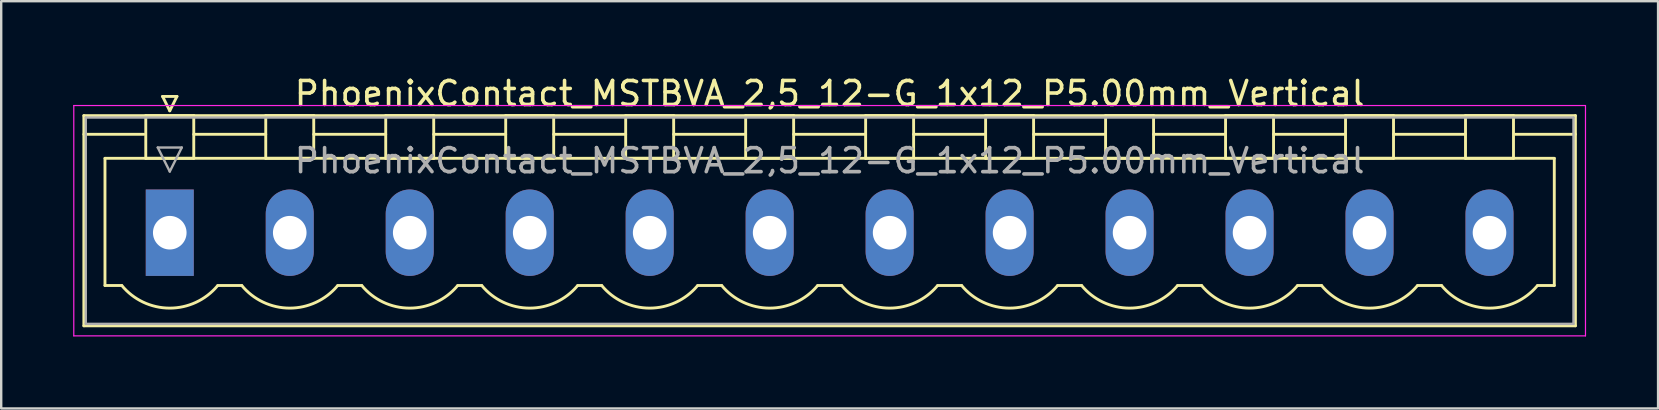
<source format=kicad_pcb>
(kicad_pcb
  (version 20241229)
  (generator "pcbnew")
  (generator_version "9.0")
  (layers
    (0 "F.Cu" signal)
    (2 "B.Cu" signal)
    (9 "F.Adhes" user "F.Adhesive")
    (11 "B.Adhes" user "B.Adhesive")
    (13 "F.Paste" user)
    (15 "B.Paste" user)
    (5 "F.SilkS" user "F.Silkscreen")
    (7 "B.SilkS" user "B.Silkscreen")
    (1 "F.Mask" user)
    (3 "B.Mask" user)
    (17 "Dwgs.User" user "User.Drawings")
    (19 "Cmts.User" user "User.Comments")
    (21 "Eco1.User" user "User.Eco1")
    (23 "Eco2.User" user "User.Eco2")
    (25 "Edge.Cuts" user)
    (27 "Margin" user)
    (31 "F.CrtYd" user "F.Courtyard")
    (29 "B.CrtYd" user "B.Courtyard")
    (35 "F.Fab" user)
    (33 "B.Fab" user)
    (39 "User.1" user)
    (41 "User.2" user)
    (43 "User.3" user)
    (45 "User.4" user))
  (footprint "PhoenixContact_MSTBVA_2,5_12-G_1x12_P5.00mm_Vertical"
    (layer "F.Cu")
    (at 4.025 6.648)
    (property "Reference" "PhoenixContact_MSTBVA_2,5_12-G_1x12_P5.00mm_Vertical" (at 27.5 -5.8 0) (layer "F.SilkS") (effects (font (size 1 1) (thickness 0.15))))
    (attr through_hole)
    (fp_line (start -3.58 -4.88) (end -3.58 3.88) (stroke (width 0.12) (type solid)) (layer "F.SilkS"))
    (fp_line (start -3.58 -4.1) (end -1.08 -4.1) (stroke (width 0.12) (type solid)) (layer "F.SilkS"))
    (fp_line (start -3.58 3.88) (end 58.58 3.88) (stroke (width 0.12) (type solid)) (layer "F.SilkS"))
    (fp_line (start -2.7 -3.1) (end 57.7 -3.1) (stroke (width 0.12) (type solid)) (layer "F.SilkS"))
    (fp_line (start -2.7 2.2) (end -2.7 -3.1) (stroke (width 0.12) (type solid)) (layer "F.SilkS"))
    (fp_line (start -2 2.2) (end -2.7 2.2) (stroke (width 0.12) (type solid)) (layer "F.SilkS"))
    (fp_line (start -1 -4.88) (end 1 -4.88) (stroke (width 0.12) (type solid)) (layer "F.SilkS"))
    (fp_line (start -1 -3.1) (end -1 -4.88) (stroke (width 0.12) (type solid)) (layer "F.SilkS"))
    (fp_line (start -0.3 -5.68) (end 0.3 -5.68) (stroke (width 0.12) (type solid)) (layer "F.SilkS"))
    (fp_line (start 0 -5.08) (end -0.3 -5.68) (stroke (width 0.12) (type solid)) (layer "F.SilkS"))
    (fp_line (start 0.3 -5.68) (end 0 -5.08) (stroke (width 0.12) (type solid)) (layer "F.SilkS"))
    (fp_line (start 1 -4.88) (end 1 -3.1) (stroke (width 0.12) (type solid)) (layer "F.SilkS"))
    (fp_line (start 1 -4.1) (end 4 -4.1) (stroke (width 0.12) (type solid)) (layer "F.SilkS"))
    (fp_line (start 1 -3.1) (end -1 -3.1) (stroke (width 0.12) (type solid)) (layer "F.SilkS"))
    (fp_line (start 2 2.2) (end 3 2.2) (stroke (width 0.12) (type solid)) (layer "F.SilkS"))
    (fp_line (start 4 -4.88) (end 6 -4.88) (stroke (width 0.12) (type solid)) (layer "F.SilkS"))
    (fp_line (start 4 -3.1) (end 4 -4.88) (stroke (width 0.12) (type solid)) (layer "F.SilkS"))
    (fp_line (start 6 -4.88) (end 6 -3.1) (stroke (width 0.12) (type solid)) (layer "F.SilkS"))
    (fp_line (start 6 -4.1) (end 9 -4.1) (stroke (width 0.12) (type solid)) (layer "F.SilkS"))
    (fp_line (start 6 -3.1) (end 4 -3.1) (stroke (width 0.12) (type solid)) (layer "F.SilkS"))
    (fp_line (start 7 2.2) (end 8 2.2) (stroke (width 0.12) (type solid)) (layer "F.SilkS"))
    (fp_line (start 9 -4.88) (end 11 -4.88) (stroke (width 0.12) (type solid)) (layer "F.SilkS"))
    (fp_line (start 9 -3.1) (end 9 -4.88) (stroke (width 0.12) (type solid)) (layer "F.SilkS"))
    (fp_line (start 11 -4.88) (end 11 -3.1) (stroke (width 0.12) (type solid)) (layer "F.SilkS"))
    (fp_line (start 11 -4.1) (end 14 -4.1) (stroke (width 0.12) (type solid)) (layer "F.SilkS"))
    (fp_line (start 11 -3.1) (end 9 -3.1) (stroke (width 0.12) (type solid)) (layer "F.SilkS"))
    (fp_line (start 12 2.2) (end 13 2.2) (stroke (width 0.12) (type solid)) (layer "F.SilkS"))
    (fp_line (start 14 -4.88) (end 16 -4.88) (stroke (width 0.12) (type solid)) (layer "F.SilkS"))
    (fp_line (start 14 -3.1) (end 14 -4.88) (stroke (width 0.12) (type solid)) (layer "F.SilkS"))
    (fp_line (start 16 -4.88) (end 16 -3.1) (stroke (width 0.12) (type solid)) (layer "F.SilkS"))
    (fp_line (start 16 -4.1) (end 19 -4.1) (stroke (width 0.12) (type solid)) (layer "F.SilkS"))
    (fp_line (start 16 -3.1) (end 14 -3.1) (stroke (width 0.12) (type solid)) (layer "F.SilkS"))
    (fp_line (start 17 2.2) (end 18 2.2) (stroke (width 0.12) (type solid)) (layer "F.SilkS"))
    (fp_line (start 19 -4.88) (end 21 -4.88) (stroke (width 0.12) (type solid)) (layer "F.SilkS"))
    (fp_line (start 19 -3.1) (end 19 -4.88) (stroke (width 0.12) (type solid)) (layer "F.SilkS"))
    (fp_line (start 21 -4.88) (end 21 -3.1) (stroke (width 0.12) (type solid)) (layer "F.SilkS"))
    (fp_line (start 21 -4.1) (end 24 -4.1) (stroke (width 0.12) (type solid)) (layer "F.SilkS"))
    (fp_line (start 21 -3.1) (end 19 -3.1) (stroke (width 0.12) (type solid)) (layer "F.SilkS"))
    (fp_line (start 22 2.2) (end 23 2.2) (stroke (width 0.12) (type solid)) (layer "F.SilkS"))
    (fp_line (start 24 -4.88) (end 26 -4.88) (stroke (width 0.12) (type solid)) (layer "F.SilkS"))
    (fp_line (start 24 -3.1) (end 24 -4.88) (stroke (width 0.12) (type solid)) (layer "F.SilkS"))
    (fp_line (start 26 -4.88) (end 26 -3.1) (stroke (width 0.12) (type solid)) (layer "F.SilkS"))
    (fp_line (start 26 -4.1) (end 29 -4.1) (stroke (width 0.12) (type solid)) (layer "F.SilkS"))
    (fp_line (start 26 -3.1) (end 24 -3.1) (stroke (width 0.12) (type solid)) (layer "F.SilkS"))
    (fp_line (start 27 2.2) (end 28 2.2) (stroke (width 0.12) (type solid)) (layer "F.SilkS"))
    (fp_line (start 29 -4.88) (end 31 -4.88) (stroke (width 0.12) (type solid)) (layer "F.SilkS"))
    (fp_line (start 29 -3.1) (end 29 -4.88) (stroke (width 0.12) (type solid)) (layer "F.SilkS"))
    (fp_line (start 31 -4.88) (end 31 -3.1) (stroke (width 0.12) (type solid)) (layer "F.SilkS"))
    (fp_line (start 31 -4.1) (end 34 -4.1) (stroke (width 0.12) (type solid)) (layer "F.SilkS"))
    (fp_line (start 31 -3.1) (end 29 -3.1) (stroke (width 0.12) (type solid)) (layer "F.SilkS"))
    (fp_line (start 32 2.2) (end 33 2.2) (stroke (width 0.12) (type solid)) (layer "F.SilkS"))
    (fp_line (start 34 -4.88) (end 36 -4.88) (stroke (width 0.12) (type solid)) (layer "F.SilkS"))
    (fp_line (start 34 -3.1) (end 34 -4.88) (stroke (width 0.12) (type solid)) (layer "F.SilkS"))
    (fp_line (start 36 -4.88) (end 36 -3.1) (stroke (width 0.12) (type solid)) (layer "F.SilkS"))
    (fp_line (start 36 -4.1) (end 39 -4.1) (stroke (width 0.12) (type solid)) (layer "F.SilkS"))
    (fp_line (start 36 -3.1) (end 34 -3.1) (stroke (width 0.12) (type solid)) (layer "F.SilkS"))
    (fp_line (start 37 2.2) (end 38 2.2) (stroke (width 0.12) (type solid)) (layer "F.SilkS"))
    (fp_line (start 39 -4.88) (end 41 -4.88) (stroke (width 0.12) (type solid)) (layer "F.SilkS"))
    (fp_line (start 39 -3.1) (end 39 -4.88) (stroke (width 0.12) (type solid)) (layer "F.SilkS"))
    (fp_line (start 41 -4.88) (end 41 -3.1) (stroke (width 0.12) (type solid)) (layer "F.SilkS"))
    (fp_line (start 41 -4.1) (end 44 -4.1) (stroke (width 0.12) (type solid)) (layer "F.SilkS"))
    (fp_line (start 41 -3.1) (end 39 -3.1) (stroke (width 0.12) (type solid)) (layer "F.SilkS"))
    (fp_line (start 42 2.2) (end 43 2.2) (stroke (width 0.12) (type solid)) (layer "F.SilkS"))
    (fp_line (start 44 -4.88) (end 46 -4.88) (stroke (width 0.12) (type solid)) (layer "F.SilkS"))
    (fp_line (start 44 -3.1) (end 44 -4.88) (stroke (width 0.12) (type solid)) (layer "F.SilkS"))
    (fp_line (start 46 -4.88) (end 46 -3.1) (stroke (width 0.12) (type solid)) (layer "F.SilkS"))
    (fp_line (start 46 -4.1) (end 49 -4.1) (stroke (width 0.12) (type solid)) (layer "F.SilkS"))
    (fp_line (start 46 -3.1) (end 44 -3.1) (stroke (width 0.12) (type solid)) (layer "F.SilkS"))
    (fp_line (start 47 2.2) (end 48 2.2) (stroke (width 0.12) (type solid)) (layer "F.SilkS"))
    (fp_line (start 49 -4.88) (end 51 -4.88) (stroke (width 0.12) (type solid)) (layer "F.SilkS"))
    (fp_line (start 49 -3.1) (end 49 -4.88) (stroke (width 0.12) (type solid)) (layer "F.SilkS"))
    (fp_line (start 51 -4.88) (end 51 -3.1) (stroke (width 0.12) (type solid)) (layer "F.SilkS"))
    (fp_line (start 51 -4.1) (end 54 -4.1) (stroke (width 0.12) (type solid)) (layer "F.SilkS"))
    (fp_line (start 51 -3.1) (end 49 -3.1) (stroke (width 0.12) (type solid)) (layer "F.SilkS"))
    (fp_line (start 52 2.2) (end 53 2.2) (stroke (width 0.12) (type solid)) (layer "F.SilkS"))
    (fp_line (start 54 -4.88) (end 56 -4.88) (stroke (width 0.12) (type solid)) (layer "F.SilkS"))
    (fp_line (start 54 -3.1) (end 54 -4.88) (stroke (width 0.12) (type solid)) (layer "F.SilkS"))
    (fp_line (start 56 -4.88) (end 56 -3.1) (stroke (width 0.12) (type solid)) (layer "F.SilkS"))
    (fp_line (start 56 -3.1) (end 54 -3.1) (stroke (width 0.12) (type solid)) (layer "F.SilkS"))
    (fp_line (start 57.7 -3.1) (end 57.7 2.2) (stroke (width 0.12) (type solid)) (layer "F.SilkS"))
    (fp_line (start 57.7 2.2) (end 57 2.2) (stroke (width 0.12) (type solid)) (layer "F.SilkS"))
    (fp_line (start 58.58 -4.88) (end -3.58 -4.88) (stroke (width 0.12) (type solid)) (layer "F.SilkS"))
    (fp_line (start 58.58 -4.1) (end 56.08 -4.1) (stroke (width 0.12) (type solid)) (layer "F.SilkS"))
    (fp_line (start 58.58 3.88) (end 58.58 -4.88) (stroke (width 0.12) (type solid)) (layer "F.SilkS"))
    (fp_arc (start 1.986842 2.215821) (mid -0.010289 3.142758) (end -2 2.2) (stroke (width 0.12) (type solid)) (layer "F.SilkS"))
    (fp_arc (start 6.986842 2.215821) (mid 4.989711 3.142758) (end 3 2.2) (stroke (width 0.12) (type solid)) (layer "F.SilkS"))
    (fp_arc (start 11.986842 2.215821) (mid 9.989711 3.142758) (end 8 2.2) (stroke (width 0.12) (type solid)) (layer "F.SilkS"))
    (fp_arc (start 16.986842 2.215821) (mid 14.989711 3.142758) (end 13 2.2) (stroke (width 0.12) (type solid)) (layer "F.SilkS"))
    (fp_arc (start 21.986842 2.215821) (mid 19.989711 3.142758) (end 18 2.2) (stroke (width 0.12) (type solid)) (layer "F.SilkS"))
    (fp_arc (start 26.986842 2.215821) (mid 24.989711 3.142758) (end 23 2.2) (stroke (width 0.12) (type solid)) (layer "F.SilkS"))
    (fp_arc (start 31.986842 2.215821) (mid 29.989711 3.142758) (end 28 2.2) (stroke (width 0.12) (type solid)) (layer "F.SilkS"))
    (fp_arc (start 36.986842 2.215821) (mid 34.989711 3.142758) (end 33 2.2) (stroke (width 0.12) (type solid)) (layer "F.SilkS"))
    (fp_arc (start 41.986842 2.215821) (mid 39.989711 3.142758) (end 38 2.2) (stroke (width 0.12) (type solid)) (layer "F.SilkS"))
    (fp_arc (start 46.986842 2.215821) (mid 44.989711 3.142758) (end 43 2.2) (stroke (width 0.12) (type solid)) (layer "F.SilkS"))
    (fp_arc (start 51.986842 2.215821) (mid 49.989711 3.142758) (end 48 2.2) (stroke (width 0.12) (type solid)) (layer "F.SilkS"))
    (fp_arc (start 56.986842 2.215821) (mid 54.989711 3.142758) (end 53 2.2) (stroke (width 0.12) (type solid)) (layer "F.SilkS"))
    (fp_line (start -4 -5.3) (end -4 4.3) (stroke (width 0.05) (type solid)) (layer "F.CrtYd"))
    (fp_line (start -4 4.3) (end 59 4.3) (stroke (width 0.05) (type solid)) (layer "F.CrtYd"))
    (fp_line (start 59 -5.3) (end -4 -5.3) (stroke (width 0.05) (type solid)) (layer "F.CrtYd"))
    (fp_line (start 59 4.3) (end 59 -5.3) (stroke (width 0.05) (type solid)) (layer "F.CrtYd"))
    (fp_line (start -3.5 -4.8) (end -3.5 3.8) (stroke (width 0.1) (type solid)) (layer "F.Fab"))
    (fp_line (start -3.5 3.8) (end 58.5 3.8) (stroke (width 0.1) (type solid)) (layer "F.Fab"))
    (fp_line (start -0.5 -3.55) (end 0.5 -3.55) (stroke (width 0.1) (type solid)) (layer "F.Fab"))
    (fp_line (start 0 -2.55) (end -0.5 -3.55) (stroke (width 0.1) (type solid)) (layer "F.Fab"))
    (fp_line (start 0.5 -3.55) (end 0 -2.55) (stroke (width 0.1) (type solid)) (layer "F.Fab"))
    (fp_line (start 58.5 -4.8) (end -3.5 -4.8) (stroke (width 0.1) (type solid)) (layer "F.Fab"))
    (fp_line (start 58.5 3.8) (end 58.5 -4.8) (stroke (width 0.1) (type solid)) (layer "F.Fab"))
    (fp_text user "${REFERENCE}" (at 27.5 -3 0) (layer "F.Fab") (effects (font (size 1 1) (thickness 0.15))))
    (pad "1" thru_hole rect (at 0 0) (size 2 3.6) (drill 1.4) (layers "*.Cu" "*.Mask"))
    (pad "2" thru_hole oval (at 5 0) (size 2 3.6) (drill 1.4) (layers "*.Cu" "*.Mask"))
    (pad "3" thru_hole oval (at 10 0) (size 2 3.6) (drill 1.4) (layers "*.Cu" "*.Mask"))
    (pad "4" thru_hole oval (at 15 0) (size 2 3.6) (drill 1.4) (layers "*.Cu" "*.Mask"))
    (pad "5" thru_hole oval (at 20 0) (size 2 3.6) (drill 1.4) (layers "*.Cu" "*.Mask"))
    (pad "6" thru_hole oval (at 25 0) (size 2 3.6) (drill 1.4) (layers "*.Cu" "*.Mask"))
    (pad "7" thru_hole oval (at 30 0) (size 2 3.6) (drill 1.4) (layers "*.Cu" "*.Mask"))
    (pad "8" thru_hole oval (at 35 0) (size 2 3.6) (drill 1.4) (layers "*.Cu" "*.Mask"))
    (pad "9" thru_hole oval (at 40 0) (size 2 3.6) (drill 1.4) (layers "*.Cu" "*.Mask"))
    (pad "10" thru_hole oval (at 45 0) (size 2 3.6) (drill 1.4) (layers "*.Cu" "*.Mask"))
    (pad "11" thru_hole oval (at 50 0) (size 2 3.6) (drill 1.4) (layers "*.Cu" "*.Mask"))
    (pad "12" thru_hole oval (at 55 0) (size 2 3.6) (drill 1.4) (layers "*.Cu" "*.Mask")))
  (gr_rect
    (start -3 -3)
    (end 66.05 13.973)
    (stroke (width 0.1) (type default))
    (fill no)
    (layer "Edge.Cuts")))
</source>
